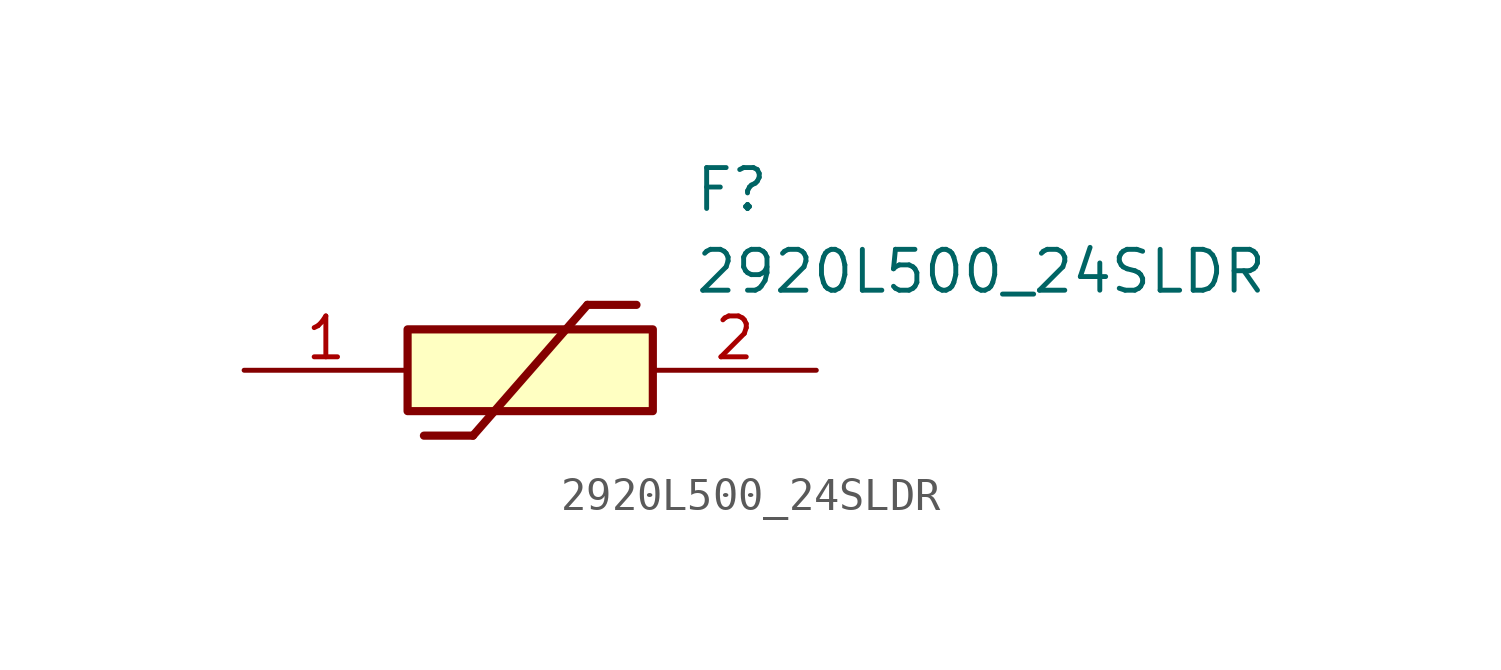
<source format=kicad_sym>
(kicad_symbol_lib
  (version 20211014)
  (generator SamacSys_ECAD_Model)
  (symbol "2920L500_24SLDR"
    (pin_names hide)
    (property "Reference" "F"
      (at 13.97 6.35 0)
      (effects (font (size 1.27 1.27)) (justify left top)))
    (property "Value" "2920L500_24SLDR"
      (at 13.97 3.81 0)
      (effects (font (size 1.27 1.27)) (justify left top)))
    (rectangle
      (start 5.08 1.27)
      (end 12.7 -1.27)
      (stroke (width 0.254) (type default))
      (fill (type background)))
    (polyline
      (pts (xy 5.588 -2.032) (xy 7.112 -2.032))
      (stroke (width 0.254) (type default))
      (fill (type none)))
    (polyline
      (pts (xy 10.668 2.032) (xy 7.112 -2.032))
      (stroke (width 0.254) (type default))
      (fill (type none)))
    (polyline
      (pts (xy 10.668 2.032) (xy 12.192 2.032))
      (stroke (width 0.254) (type default))
      (fill (type none)))
    (pin passive line
      (at 0 0 0)
      (length 5.08)
      (name "1" (effects (font (size 1.27 1.27))))
      (number "1" (effects (font (size 1.27 1.27)))))
    (pin passive line
      (at 17.78 0 180)
      (length 5.08)
      (name "2" (effects (font (size 1.27 1.27))))
      (number "2" (effects (font (size 1.27 1.27)))))))
</source>
